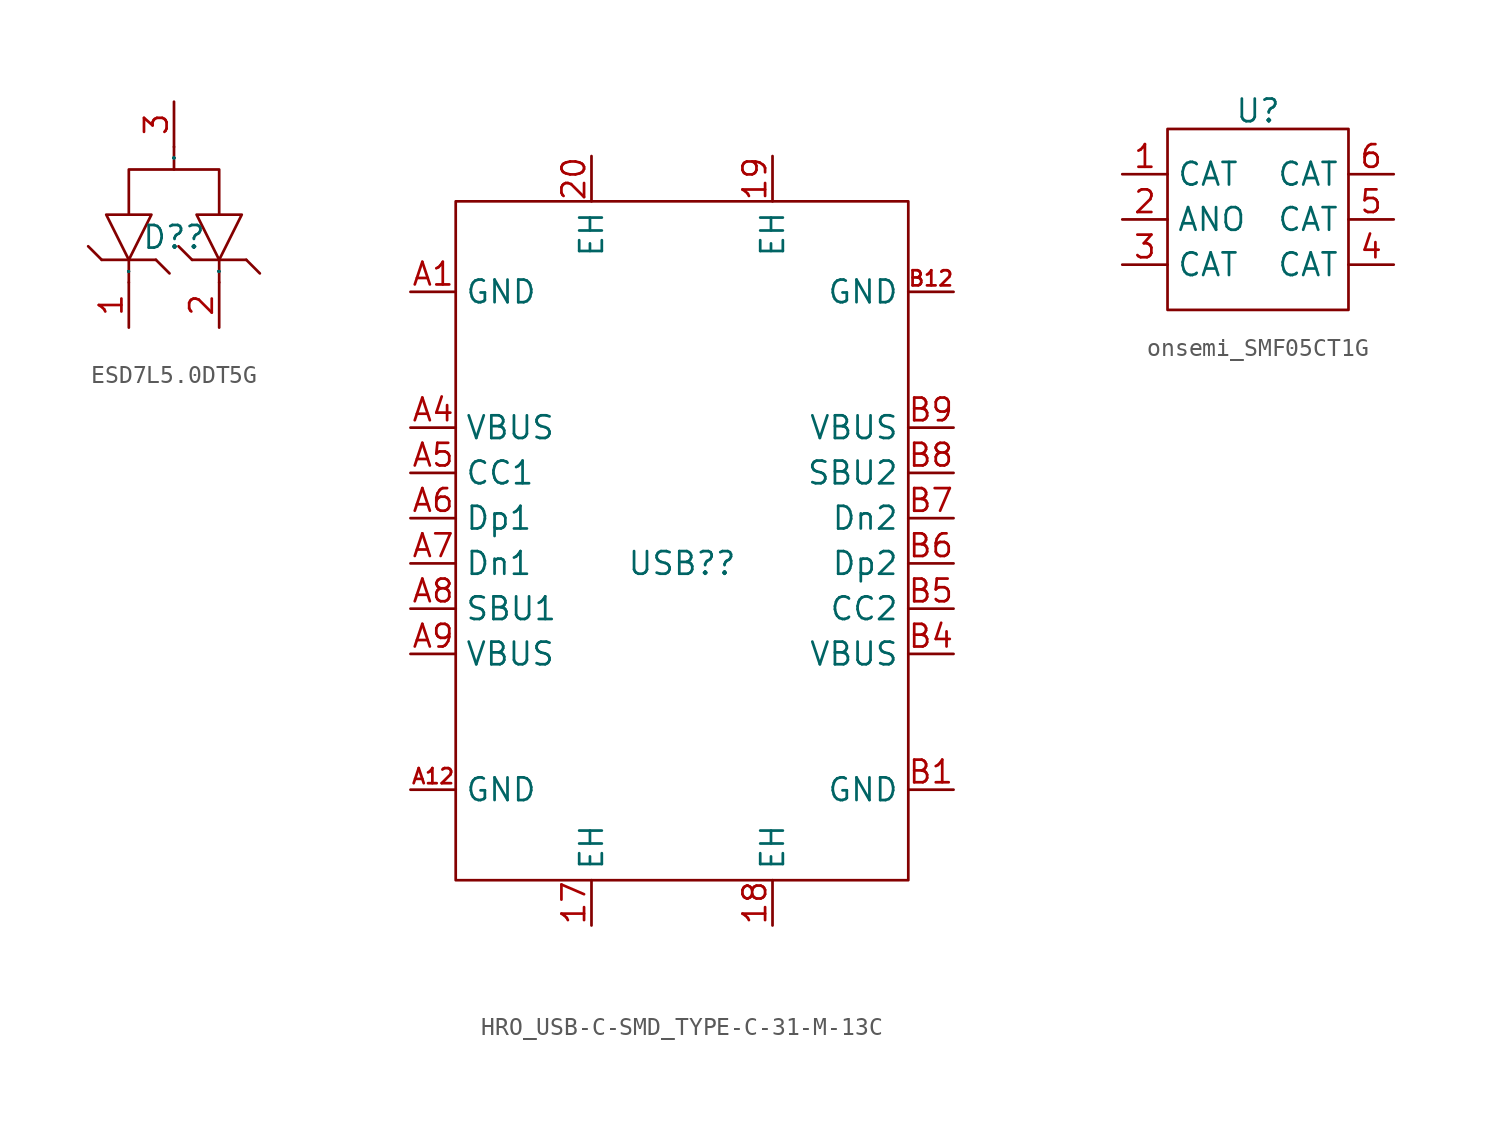
<source format=kicad_sym>
(kicad_symbol_lib
  (version 20231120)
  (generator "kicad_symbol_editor")
  (generator_version "8.0")
  (symbol "ESD7L5.0DT5G"
    (property "Reference" "D?"
      (at 0 0 0)
      (effects (font (size 1.27 1.27))))
    (property "Value" ""
      (at 0 0 0)
      (effects (font (size 1.27 1.27))))
    (symbol "ESD7L5.0DT5G_1_0"
      (polyline (pts (xy -4.064 -1.27) (xy -4.826 -0.508)) (stroke (width 0) (type default)) (fill (type none)))
      (polyline (pts (xy -4.064 -1.27) (xy -1.016 -1.27)) (stroke (width 0) (type default)) (fill (type none)))
      (polyline (pts (xy -2.54 -1.27) (xy -2.54 -2.54)) (stroke (width 0) (type default)) (fill (type none)))
      (polyline (pts (xy -0.254 -2.032) (xy -1.016 -1.27)) (stroke (width 0) (type default)) (fill (type none)))
      (polyline (pts (xy 0 5.08) (xy 0 3.81)) (stroke (width 0) (type default)) (fill (type none)))
      (polyline (pts (xy 1.016 -1.27) (xy 0.254 -0.508)) (stroke (width 0) (type default)) (fill (type none)))
      (polyline (pts (xy 1.016 -1.27) (xy 4.064 -1.27)) (stroke (width 0) (type default)) (fill (type none)))
      (polyline (pts (xy 2.54 -1.27) (xy 2.54 -2.54)) (stroke (width 0) (type default)) (fill (type none)))
      (polyline (pts (xy 4.826 -2.032) (xy 4.064 -1.27)) (stroke (width 0) (type default)) (fill (type none)))
      (polyline (pts (xy -3.81 1.27) (xy -2.54 -1.27) (xy -2.54 -1.27) (xy -1.27 1.27) (xy -1.27 1.27) (xy -3.81 1.27)) (stroke (width 0) (type default)) (fill (type none)))
      (polyline (pts (xy -2.54 1.27) (xy -2.54 3.81) (xy -2.54 3.81) (xy 2.54 3.81) (xy 2.54 3.81) (xy 2.54 1.27)) (stroke (width 0) (type default)) (fill (type none)))
      (polyline (pts (xy 1.27 1.27) (xy 2.54 -1.27) (xy 2.54 -1.27) (xy 3.81 1.27) (xy 3.81 1.27) (xy 1.27 1.27)) (stroke (width 0) (type default)) (fill (type none)))
      (pin input line (at -2.54 -5.08 90) (length 2.54) (name "1" (effects (font (size 0.025 0.025)))) (number "1" (effects (font (size 1.27 1.27)))))
      (pin input line (at 2.54 -5.08 90) (length 2.54) (name "2" (effects (font (size 0.025 0.025)))) (number "2" (effects (font (size 1.27 1.27)))))
      (pin input line (at 0 7.62 270) (length 2.54) (name "3" (effects (font (size 0.025 0.025)))) (number "3" (effects (font (size 1.27 1.27)))))))
  (symbol "HRO_USB-C-SMD_TYPE-C-31-M-13C"
    (property "Reference" "USB?"
      (at 0 0 0)
      (effects (font (size 1.27 1.27))))
    (property "Value" ""
      (at 0 0 0)
      (effects (font (size 1.27 1.27))))
    (symbol "HRO_USB-C-SMD_TYPE-C-31-M-13C_1_0"
      (rectangle (start -12.7 -17.78) (end 12.7 20.32) (stroke (width 0) (type default)) (fill (type none)))
      (pin input line (at -5.08 -20.32 90) (length 2.54) (name "EH" (effects (font (size 1.27 1.27)))) (number "17" (effects (font (size 1.27 1.27)))))
      (pin input line (at 5.08 -20.32 90) (length 2.54) (name "EH" (effects (font (size 1.27 1.27)))) (number "18" (effects (font (size 1.27 1.27)))))
      (pin input line (at 5.08 22.86 270) (length 2.54) (name "EH" (effects (font (size 1.27 1.27)))) (number "19" (effects (font (size 1.27 1.27)))))
      (pin input line (at -5.08 22.86 270) (length 2.54) (name "EH" (effects (font (size 1.27 1.27)))) (number "20" (effects (font (size 1.27 1.27)))))
      (pin input line (at -15.24 15.24 0) (length 2.54) (name "GND" (effects (font (size 1.27 1.27)))) (number "A1" (effects (font (size 1.27 1.27)))))
      (pin input line (at -15.24 -12.7 0) (length 2.54) (name "GND" (effects (font (size 1.27 1.27)))) (number "A12" (effects (font (size 0.847 0.847)))))
      (pin input line (at -15.24 7.62 0) (length 2.54) (name "VBUS" (effects (font (size 1.27 1.27)))) (number "A4" (effects (font (size 1.27 1.27)))))
      (pin input line (at -15.24 5.08 0) (length 2.54) (name "CC1" (effects (font (size 1.27 1.27)))) (number "A5" (effects (font (size 1.27 1.27)))))
      (pin input line (at -15.24 2.54 0) (length 2.54) (name "Dp1" (effects (font (size 1.27 1.27)))) (number "A6" (effects (font (size 1.27 1.27)))))
      (pin input line (at -15.24 0 0) (length 2.54) (name "Dn1" (effects (font (size 1.27 1.27)))) (number "A7" (effects (font (size 1.27 1.27)))))
      (pin input line (at -15.24 -2.54 0) (length 2.54) (name "SBU1" (effects (font (size 1.27 1.27)))) (number "A8" (effects (font (size 1.27 1.27)))))
      (pin input line (at -15.24 -5.08 0) (length 2.54) (name "VBUS" (effects (font (size 1.27 1.27)))) (number "A9" (effects (font (size 1.27 1.27)))))
      (pin input line (at 15.24 -12.7 180) (length 2.54) (name "GND" (effects (font (size 1.27 1.27)))) (number "B1" (effects (font (size 1.27 1.27)))))
      (pin input line (at 15.24 15.24 180) (length 2.54) (name "GND" (effects (font (size 1.27 1.27)))) (number "B12" (effects (font (size 0.847 0.847)))))
      (pin input line (at 15.24 -5.08 180) (length 2.54) (name "VBUS" (effects (font (size 1.27 1.27)))) (number "B4" (effects (font (size 1.27 1.27)))))
      (pin input line (at 15.24 -2.54 180) (length 2.54) (name "CC2" (effects (font (size 1.27 1.27)))) (number "B5" (effects (font (size 1.27 1.27)))))
      (pin input line (at 15.24 0 180) (length 2.54) (name "Dp2" (effects (font (size 1.27 1.27)))) (number "B6" (effects (font (size 1.27 1.27)))))
      (pin input line (at 15.24 2.54 180) (length 2.54) (name "Dn2" (effects (font (size 1.27 1.27)))) (number "B7" (effects (font (size 1.27 1.27)))))
      (pin input line (at 15.24 5.08 180) (length 2.54) (name "SBU2" (effects (font (size 1.27 1.27)))) (number "B8" (effects (font (size 1.27 1.27)))))
      (pin input line (at 15.24 7.62 180) (length 2.54) (name "VBUS" (effects (font (size 1.27 1.27)))) (number "B9" (effects (font (size 1.27 1.27)))))))
  (symbol "onsemi_SMF05CT1G"
    (property "Reference" "U"
      (at 0 6.096 0)
      (effects (font (size 1.27 1.27))))
    (property "Value" ""
      (at 0 0 0)
      (effects (font (size 1.27 1.27))))
    (symbol "onsemi_SMF05CT1G_0_1"
      (rectangle (start -5.08 5.08) (end 5.08 -5.08) (stroke (width 0) (type default)) (fill (type none))))
    (symbol "onsemi_SMF05CT1G_1_1"
      (pin input line (at -7.62 2.54 0) (length 2.54) (name "CAT" (effects (font (size 1.27 1.27)))) (number "1" (effects (font (size 1.27 1.27)))))
      (pin input line (at -7.62 0 0) (length 2.54) (name "ANO" (effects (font (size 1.27 1.27)))) (number "2" (effects (font (size 1.27 1.27)))))
      (pin input line (at -7.62 -2.54 0) (length 2.54) (name "CAT" (effects (font (size 1.27 1.27)))) (number "3" (effects (font (size 1.27 1.27)))))
      (pin input line (at 7.62 -2.54 180) (length 2.54) (name "CAT" (effects (font (size 1.27 1.27)))) (number "4" (effects (font (size 1.27 1.27)))))
      (pin input line (at 7.62 0 180) (length 2.54) (name "CAT" (effects (font (size 1.27 1.27)))) (number "5" (effects (font (size 1.27 1.27)))))
      (pin input line (at 7.62 2.54 180) (length 2.54) (name "CAT" (effects (font (size 1.27 1.27)))) (number "6" (effects (font (size 1.27 1.27))))))))
</source>
